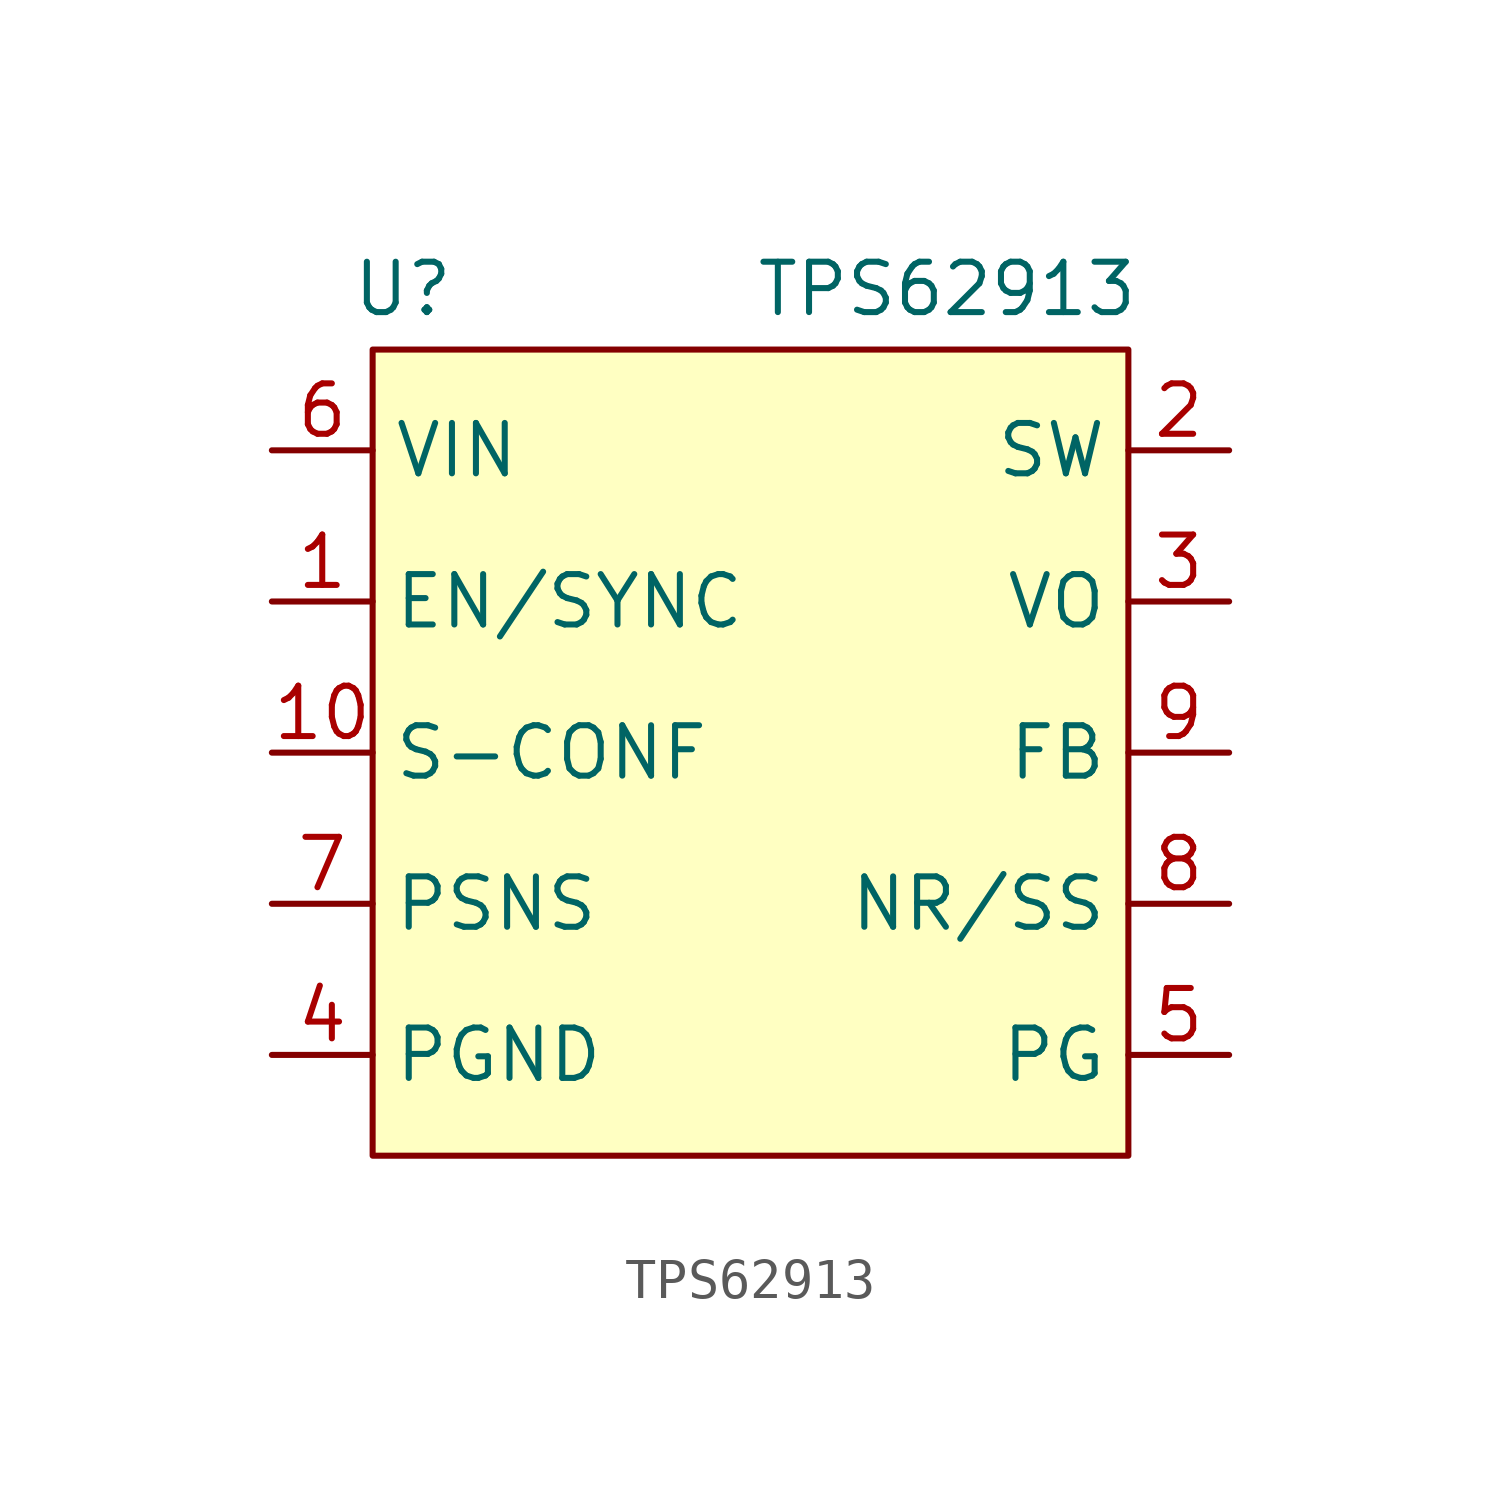
<source format=kicad_sym>
(kicad_symbol_lib
  (version 20231120)
  (generator "kicad_symbol_editor")
  (generator_version "8.0")
  (symbol "TPS62913"
    (property "Reference" "U"
      (at -9.398 11.684 0)
      (effects (font (size 1.27 1.27))))
    (property "Value" "TPS62913"
      (at 4.318 11.684 0)
      (effects (font (size 1.27 1.27))))
    (symbol "TPS62913_0_0"
      (pin input line (at -12.7 3.81 0) (length 2.54) (name "EN/SYNC" (effects (font (size 1.27 1.27)))) (number "1" (effects (font (size 1.27 1.27)))))
      (pin passive line (at -12.7 0 0) (length 2.54) (name "S-CONF" (effects (font (size 1.27 1.27)))) (number "10" (effects (font (size 1.27 1.27)))))
      (pin power_in line (at -12.7 -7.62 0) (length 2.54) (name "PGND" (effects (font (size 1.27 1.27)))) (number "4" (effects (font (size 1.27 1.27)))))
      (pin open_collector line (at 11.43 -7.62 180) (length 2.54) (name "PG" (effects (font (size 1.27 1.27)))) (number "5" (effects (font (size 1.27 1.27)))))
      (pin power_in line (at -12.7 7.62 0) (length 2.54) (name "VIN" (effects (font (size 1.27 1.27)))) (number "6" (effects (font (size 1.27 1.27)))))
      (pin power_in line (at -12.7 -3.81 0) (length 2.54) (name "PSNS" (effects (font (size 1.27 1.27)))) (number "7" (effects (font (size 1.27 1.27)))))
      (pin passive line (at 11.43 -3.81 180) (length 2.54) (name "NR/SS" (effects (font (size 1.27 1.27)))) (number "8" (effects (font (size 1.27 1.27)))))
      (pin passive line (at 11.43 0 180) (length 2.54) (name "FB" (effects (font (size 1.27 1.27)))) (number "9" (effects (font (size 1.27 1.27))))))
    (symbol "TPS62913_1_0"
      (pin passive line (at 11.43 7.62 180) (length 2.54) (name "SW" (effects (font (size 1.27 1.27)))) (number "2" (effects (font (size 1.27 1.27)))))
      (pin passive line (at 11.43 3.81 180) (length 2.54) (name "VO" (effects (font (size 1.27 1.27)))) (number "3" (effects (font (size 1.27 1.27))))))
    (symbol "TPS62913_1_1"
      (rectangle (start -10.16 10.16) (end 8.89 -10.16) (stroke (width 0) (type default)) (fill (type background))))))
</source>
